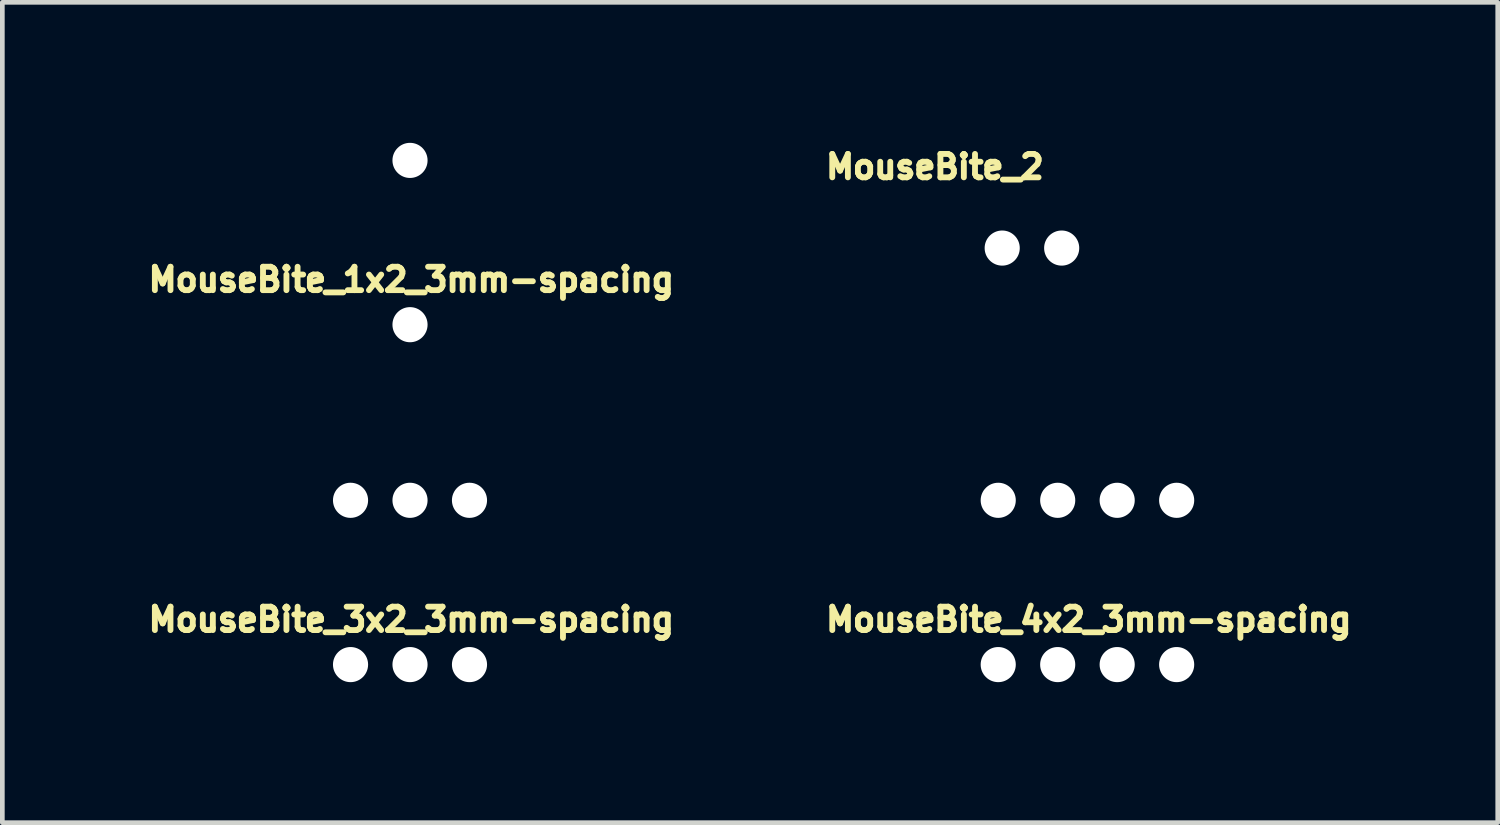
<source format=kicad_pcb>
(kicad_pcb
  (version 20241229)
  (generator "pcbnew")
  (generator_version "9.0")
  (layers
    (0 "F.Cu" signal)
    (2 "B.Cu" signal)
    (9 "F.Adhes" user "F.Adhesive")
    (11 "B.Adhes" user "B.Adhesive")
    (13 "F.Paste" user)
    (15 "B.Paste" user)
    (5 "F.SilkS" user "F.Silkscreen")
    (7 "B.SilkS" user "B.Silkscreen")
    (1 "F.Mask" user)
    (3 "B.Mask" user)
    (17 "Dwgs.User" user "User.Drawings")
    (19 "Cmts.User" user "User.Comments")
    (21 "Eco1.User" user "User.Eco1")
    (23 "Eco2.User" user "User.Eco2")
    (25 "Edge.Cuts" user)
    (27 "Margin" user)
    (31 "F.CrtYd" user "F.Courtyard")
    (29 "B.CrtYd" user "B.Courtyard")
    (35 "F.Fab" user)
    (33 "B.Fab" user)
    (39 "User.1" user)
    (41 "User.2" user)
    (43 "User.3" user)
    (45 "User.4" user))
  (footprint "MouseBite_4x2_3mm-spacing"
    (layer "F.Cu")
    (at 20.17 9.387)
    (property "Reference" "MouseBite_4x2_3mm-spacing" (at 0.028 0.792 0) (layer "F.SilkS") (effects (font (size 0.5 0.5) (thickness 0.125))))
    (attr through_hole)
    (pad "" np_thru_hole circle (at -1.905 -1.754) (size 0.75 0.75) (drill 0.75) (layers "*.Cu" "*.Mask"))
    (pad "" np_thru_hole circle (at -1.905 1.754) (size 0.75 0.75) (drill 0.75) (layers "*.Cu" "*.Mask"))
    (pad "" np_thru_hole circle (at -0.635 -1.754) (size 0.75 0.75) (drill 0.75) (layers "*.Cu" "*.Mask"))
    (pad "" np_thru_hole circle (at -0.635 1.754) (size 0.75 0.75) (drill 0.75) (layers "*.Cu" "*.Mask"))
    (pad "" np_thru_hole circle (at 0.635 -1.754) (size 0.75 0.75) (drill 0.75) (layers "*.Cu" "*.Mask"))
    (pad "" np_thru_hole circle (at 0.635 1.754) (size 0.75 0.75) (drill 0.75) (layers "*.Cu" "*.Mask"))
    (pad "" np_thru_hole circle (at 1.905 -1.754) (size 0.75 0.75) (drill 0.75) (layers "*.Cu" "*.Mask"))
    (pad "" np_thru_hole circle (at 1.905 1.754) (size 0.75 0.75) (drill 0.75) (layers "*.Cu" "*.Mask")))
  (footprint "MouseBite_2"
    (layer "F.Cu")
    (at 18.985 2.247)
    (property "Reference" "MouseBite_2" (at -2.073 -1.735 0) (layer "F.SilkS") (effects (font (size 0.5 0.5) (thickness 0.125))))
    (attr through_hole)
    (pad "" np_thru_hole circle (at -0.635 0) (size 0.75 0.75) (drill 0.75) (layers "*.Cu" "*.Mask"))
    (pad "" np_thru_hole circle (at 0.635 0) (size 0.75 0.75) (drill 0.75) (layers "*.Cu" "*.Mask")))
  (footprint "MouseBite_3x2_3mm-spacing"
    (layer "F.Cu")
    (at 5.705 9.387)
    (property "Reference" "MouseBite_3x2_3mm-spacing" (at 0.028 0.792 0) (layer "F.SilkS") (effects (font (size 0.5 0.5) (thickness 0.125))))
    (attr through_hole)
    (pad "" np_thru_hole circle (at -1.27 -1.754) (size 0.75 0.75) (drill 0.75) (layers "*.Cu" "*.Mask"))
    (pad "" np_thru_hole circle (at -1.27 1.754) (size 0.75 0.75) (drill 0.75) (layers "*.Cu" "*.Mask"))
    (pad "" np_thru_hole circle (at 0 -1.754) (size 0.75 0.75) (drill 0.75) (layers "*.Cu" "*.Mask"))
    (pad "" np_thru_hole circle (at 0 1.754) (size 0.75 0.75) (drill 0.75) (layers "*.Cu" "*.Mask"))
    (pad "" np_thru_hole circle (at 1.27 -1.754) (size 0.75 0.75) (drill 0.75) (layers "*.Cu" "*.Mask"))
    (pad "" np_thru_hole circle (at 1.27 1.754) (size 0.75 0.75) (drill 0.75) (layers "*.Cu" "*.Mask")))
  (footprint "MouseBite_1x2_3mm-spacing"
    (layer "F.Cu")
    (at 5.705 2.129)
    (property "Reference" "MouseBite_1x2_3mm-spacing" (at 0.028 0.792 0) (layer "F.SilkS") (effects (font (size 0.5 0.5) (thickness 0.125))))
    (attr through_hole)
    (pad "" np_thru_hole circle (at 0 -1.754) (size 0.75 0.75) (drill 0.75) (layers "*.Cu" "*.Mask"))
    (pad "" np_thru_hole circle (at 0 1.754) (size 0.75 0.75) (drill 0.75) (layers "*.Cu" "*.Mask")))
  (gr_rect
    (start -3 -3)
    (end 28.931 14.516)
    (stroke (width 0.1) (type default))
    (fill no)
    (layer "Edge.Cuts")))
</source>
